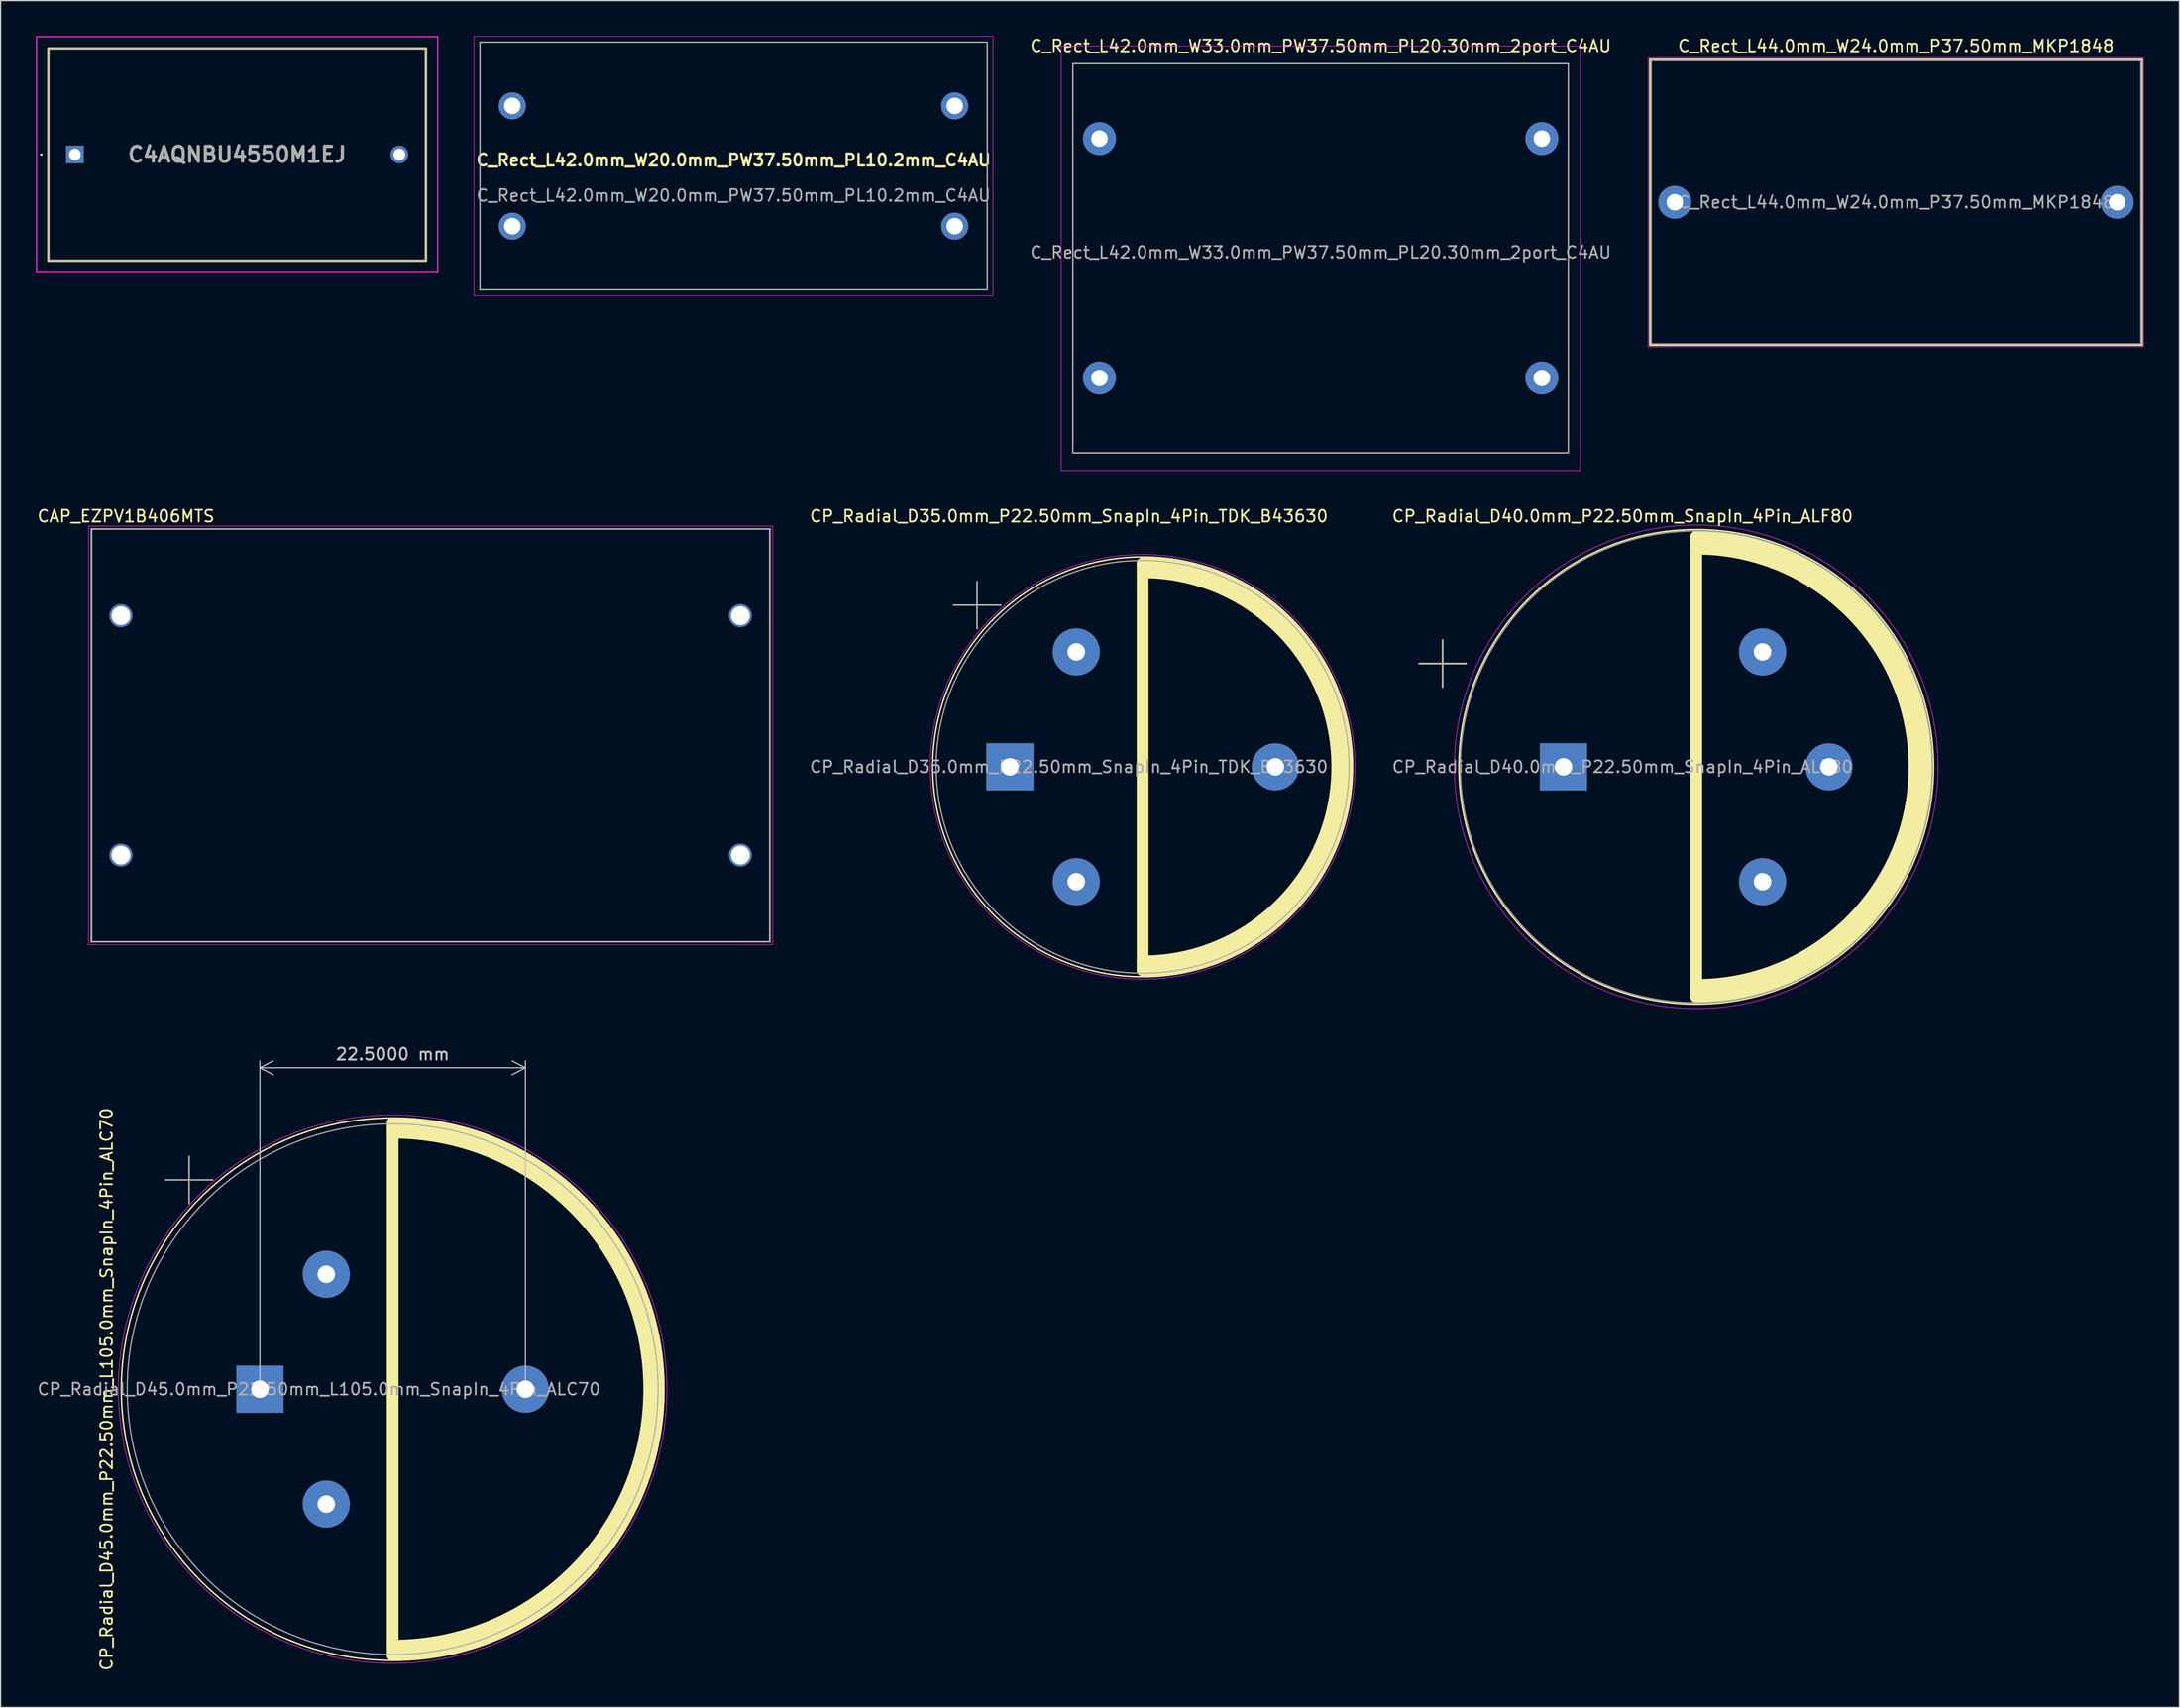
<source format=kicad_pcb>
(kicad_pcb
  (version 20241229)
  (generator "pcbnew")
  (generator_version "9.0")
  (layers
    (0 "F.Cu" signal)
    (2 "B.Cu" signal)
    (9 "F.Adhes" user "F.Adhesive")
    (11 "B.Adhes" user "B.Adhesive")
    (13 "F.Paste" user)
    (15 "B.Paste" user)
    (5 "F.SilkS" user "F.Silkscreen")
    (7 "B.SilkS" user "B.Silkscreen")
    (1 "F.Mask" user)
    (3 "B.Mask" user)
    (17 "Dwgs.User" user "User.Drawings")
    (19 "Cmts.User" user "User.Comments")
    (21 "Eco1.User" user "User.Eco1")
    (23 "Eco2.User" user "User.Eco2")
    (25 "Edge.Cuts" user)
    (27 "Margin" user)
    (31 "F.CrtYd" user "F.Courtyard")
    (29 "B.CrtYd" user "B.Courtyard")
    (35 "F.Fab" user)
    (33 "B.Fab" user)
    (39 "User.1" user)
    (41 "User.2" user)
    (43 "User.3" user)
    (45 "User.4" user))
  (footprint "C_Rect_L42.0mm_W33.0mm_PW37.50mm_PL20.30mm_2port_C4AU"
    (layer "F.Cu")
    (at 108.894 18.848)
    (property "Reference" "C_Rect_L42.0mm_W33.0mm_PW37.50mm_PL20.30mm_2port_C4AU" (at 0 -18 0) (layer "F.SilkS") (effects (font (size 1 1) (thickness 0.15))))
    (attr through_hole)
    (fp_rect (start -21 -16.5) (end 21 16.5) (stroke (width 0.1) (type default)) (fill no) (layer "F.SilkS"))
    (fp_rect (start -22 -18) (end 22 18) (stroke (width 0.05) (type default)) (fill no) (layer "F.CrtYd"))
    (fp_rect (start -21 -16.5) (end 21 16.5) (stroke (width 0.1) (type default)) (fill no) (layer "F.Fab"))
    (fp_text user "${REFERENCE}" (at 0 -0.5 0) (layer "F.Fab") (effects (font (size 1 1) (thickness 0.15))))
    (pad "1" thru_hole circle (at -18.75 -10.15) (size 2.8 2.8) (drill 1.4) (layers "*.Cu" "*.Mask"))
    (pad "1" thru_hole circle (at -18.75 10.15) (size 2.8 2.8) (drill 1.4) (layers "*.Cu" "*.Mask"))
    (pad "2" thru_hole circle (at 18.75 -10.15) (size 2.8 2.8) (drill 1.4) (layers "*.Cu" "*.Mask"))
    (pad "2" thru_hole circle (at 18.75 10.15) (size 2.8 2.8) (drill 1.4) (layers "*.Cu" "*.Mask")))
  (footprint "C_Rect_L44.0mm_W24.0mm_P37.50mm_MKP1848"
    (layer "F.Cu")
    (at 138.913 14.098)
    (property "Reference" "C_Rect_L44.0mm_W24.0mm_P37.50mm_MKP1848" (at 18.75 -13.25 0) (layer "F.SilkS") (effects (font (size 1 1) (thickness 0.15))))
    (attr through_hole)
    (fp_line (start -2.12 -12.12) (end -2.12 12.12) (stroke (width 0.12) (type solid)) (layer "F.SilkS"))
    (fp_line (start -2.12 -12.12) (end 39.62 -12.12) (stroke (width 0.12) (type solid)) (layer "F.SilkS"))
    (fp_line (start -2.12 12.12) (end 39.62 12.12) (stroke (width 0.12) (type solid)) (layer "F.SilkS"))
    (fp_line (start 39.62 -12.12) (end 39.62 12.12) (stroke (width 0.12) (type solid)) (layer "F.SilkS"))
    (fp_line (start -2.25 -12.25) (end -2.25 12.25) (stroke (width 0.05) (type solid)) (layer "F.CrtYd"))
    (fp_line (start -2.25 12.25) (end 39.75 12.25) (stroke (width 0.05) (type solid)) (layer "F.CrtYd"))
    (fp_line (start 39.75 -12.25) (end -2.25 -12.25) (stroke (width 0.05) (type solid)) (layer "F.CrtYd"))
    (fp_line (start 39.75 12.25) (end 39.75 -12.25) (stroke (width 0.05) (type solid)) (layer "F.CrtYd"))
    (fp_line (start -2 -12) (end -2 12) (stroke (width 0.1) (type solid)) (layer "F.Fab"))
    (fp_line (start -2 12) (end 39.5 12) (stroke (width 0.1) (type solid)) (layer "F.Fab"))
    (fp_line (start 39.5 -12) (end -2 -12) (stroke (width 0.1) (type solid)) (layer "F.Fab"))
    (fp_line (start 39.5 12) (end 39.5 -12) (stroke (width 0.1) (type solid)) (layer "F.Fab"))
    (fp_text user "${REFERENCE}" (at 18.75 0 0) (layer "F.Fab") (effects (font (size 1 1) (thickness 0.15))))
    (pad "1" thru_hole circle (at 0 0) (size 2.8 2.8) (drill 1.4) (layers "*.Cu" "*.Mask"))
    (pad "2" thru_hole circle (at 37.5 0) (size 2.8 2.8) (drill 1.4) (layers "*.Cu" "*.Mask")))
  (footprint "CP_Radial_D35.0mm_P22.50mm_SnapIn_4Pin_TDK_B43630"
    (layer "F.Cu")
    (at 82.552 61.971)
    (property "Reference" "CP_Radial_D35.0mm_P22.50mm_SnapIn_4Pin_TDK_B43630" (at 5 -21.25 0) (layer "F.SilkS") (effects (font (size 1 1) (thickness 0.15))))
    (attr through_hole)
    (fp_line (start -4.78 -13.713) (end -0.78 -13.713) (stroke (width 0.12) (type solid)) (layer "F.SilkS"))
    (fp_line (start -2.78 -15.713) (end -2.78 -11.713) (stroke (width 0.12) (type solid)) (layer "F.SilkS"))
    (fp_line (start 11.25 -17.25) (end 11.25 17.25) (stroke (width 1) (type default)) (layer "F.SilkS"))
    (fp_arc (start 11.25 -17.25) (mid 28.5 0) (end 11.25 17.25) (stroke (width 1) (type default)) (layer "F.SilkS"))
    (fp_arc (start 11.25 -17) (mid 28.25 0) (end 11.25 17) (stroke (width 1) (type default)) (layer "F.SilkS"))
    (fp_arc (start 11.25 -16.5) (mid 27.75 0) (end 11.25 16.5) (stroke (width 1) (type default)) (layer "F.SilkS"))
    (fp_circle (center 11.25 0) (end 29.05 0) (stroke (width 0.12) (type solid)) (fill no) (layer "F.SilkS"))
    (fp_circle (center 11.25 0) (end 29.25 0) (stroke (width 0.05) (type solid)) (fill no) (layer "F.CrtYd"))
    (fp_line (start -4.78 -13.713) (end -0.78 -13.713) (stroke (width 0.1) (type solid)) (layer "F.Fab"))
    (fp_line (start -2.78 -15.713) (end -2.78 -11.713) (stroke (width 0.1) (type solid)) (layer "F.Fab"))
    (fp_circle (center 11.25 0) (end 28.75 0) (stroke (width 0.1) (type solid)) (fill no) (layer "F.Fab"))
    (fp_text user "${REFERENCE}" (at 5 0 0) (layer "F.Fab") (effects (font (size 1 1) (thickness 0.15))))
    (pad "1" thru_hole rect (at 0 0) (size 4 4) (drill 1.486) (layers "*.Cu" "*.Mask"))
    (pad "2" thru_hole circle (at 22.5 0) (size 4 4) (drill 1.486) (layers "*.Cu" "*.Mask"))
    (pad "SH" thru_hole circle (at 5.625 -9.743) (size 4 4) (drill 1.486) (layers "*.Cu" "*.Mask"))
    (pad "SH" thru_hole circle (at 5.625 9.743) (size 4 4) (drill 1.486) (layers "*.Cu" "*.Mask")))
  (footprint "CP_Radial_D40.0mm_P22.50mm_SnapIn_4Pin_ALF80"
    (layer "F.Cu")
    (at 129.476 61.971)
    (property "Reference" "CP_Radial_D40.0mm_P22.50mm_SnapIn_4Pin_ALF80" (at 5 -21.25 0) (layer "F.SilkS") (effects (font (size 1 1) (thickness 0.15))))
    (attr through_hole)
    (fp_line (start -12.25 -8.75) (end -8.25 -8.75) (stroke (width 0.12) (type solid)) (layer "F.SilkS"))
    (fp_line (start -10.25 -10.75) (end -10.25 -6.75) (stroke (width 0.12) (type solid)) (layer "F.SilkS"))
    (fp_line (start 11.25 -19.5) (end 11.25 19.5) (stroke (width 1) (type default)) (layer "F.SilkS"))
    (fp_arc (start 11.25 -19.5) (mid 30.75 0) (end 11.25 19.5) (stroke (width 1) (type default)) (layer "F.SilkS"))
    (fp_arc (start 11.25 -19) (mid 30.25 0) (end 11.25 19) (stroke (width 1) (type default)) (layer "F.SilkS"))
    (fp_arc (start 11.25 -18.5) (mid 29.75 0) (end 11.25 18.5) (stroke (width 1) (type default)) (layer "F.SilkS"))
    (fp_circle (center 11.25 0) (end 31.37 0) (stroke (width 0.12) (type solid)) (fill no) (layer "F.SilkS"))
    (fp_circle (center 11.25 0) (end 31.75 0) (stroke (width 0.05) (type solid)) (fill no) (layer "F.CrtYd"))
    (fp_line (start -12.22 -8.787) (end -8.22 -8.787) (stroke (width 0.1) (type solid)) (layer "F.Fab"))
    (fp_line (start -10.22 -10.787) (end -10.22 -6.787) (stroke (width 0.1) (type solid)) (layer "F.Fab"))
    (fp_circle (center 11.25 0) (end 31.25 0) (stroke (width 0.1) (type solid)) (fill no) (layer "F.Fab"))
    (fp_text user "${REFERENCE}" (at 5 0 0) (layer "F.Fab") (effects (font (size 1 1) (thickness 0.15))))
    (pad "1" thru_hole rect (at 0 0) (size 4 4) (drill 1.486) (layers "*.Cu" "*.Mask"))
    (pad "2" thru_hole circle (at 22.5 0) (size 4 4) (drill 1.486) (layers "*.Cu" "*.Mask"))
    (pad "SH" thru_hole circle (at 16.875 -9.743) (size 4 4) (drill 1.486) (layers "*.Cu" "*.Mask"))
    (pad "SH" thru_hole circle (at 16.875 9.743) (size 4 4) (drill 1.486) (layers "*.Cu" "*.Mask")))
  (footprint "C4AQNBU4550M1EJ"
    (layer "F.Cu")
    (at 3.3 10.05)
    (property "Reference" "C4AQNBU4550M1EJ" (at 13.75 0 0) (layer "F.SilkS") (effects (font (size 1.27 1.27) (thickness 0.254))))
    (attr through_hole)
    (fp_line (start -2.9 0) (end -2.9 0) (stroke (width 0.1) (type solid)) (layer "F.SilkS"))
    (fp_line (start -2.8 0) (end -2.8 0) (stroke (width 0.1) (type solid)) (layer "F.SilkS"))
    (fp_line (start -2.25 -9) (end 29.75 -9) (stroke (width 0.2) (type solid)) (layer "F.SilkS"))
    (fp_line (start -2.25 9) (end -2.25 -9) (stroke (width 0.2) (type solid)) (layer "F.SilkS"))
    (fp_line (start 29.75 -9) (end 29.75 9) (stroke (width 0.2) (type solid)) (layer "F.SilkS"))
    (fp_line (start 29.75 9) (end -2.25 9) (stroke (width 0.2) (type solid)) (layer "F.SilkS"))
    (fp_arc (start -2.9 0) (mid -2.85 -0.05) (end -2.8 0) (stroke (width 0.1) (type solid)) (layer "F.SilkS"))
    (fp_arc (start -2.8 0) (mid -2.85 0.05) (end -2.9 0) (stroke (width 0.1) (type solid)) (layer "F.SilkS"))
    (fp_line (start -3.25 -10) (end 30.75 -10) (stroke (width 0.1) (type solid)) (layer "F.CrtYd"))
    (fp_line (start -3.25 10) (end -3.25 -10) (stroke (width 0.1) (type solid)) (layer "F.CrtYd"))
    (fp_line (start 30.75 -10) (end 30.75 10) (stroke (width 0.1) (type solid)) (layer "F.CrtYd"))
    (fp_line (start 30.75 10) (end -3.25 10) (stroke (width 0.1) (type solid)) (layer "F.CrtYd"))
    (fp_line (start -2.25 -9) (end 29.75 -9) (stroke (width 0.1) (type solid)) (layer "F.Fab"))
    (fp_line (start -2.25 9) (end -2.25 -9) (stroke (width 0.1) (type solid)) (layer "F.Fab"))
    (fp_line (start 29.75 -9) (end 29.75 9) (stroke (width 0.1) (type solid)) (layer "F.Fab"))
    (fp_line (start 29.75 9) (end -2.25 9) (stroke (width 0.1) (type solid)) (layer "F.Fab"))
    (fp_text user "${REFERENCE}" (at 13.75 0 0) (layer "F.Fab") (effects (font (size 1.27 1.27) (thickness 0.254))))
    (pad "1" thru_hole rect (at 0 0) (size 1.5 1.5) (drill 1) (layers "*.Cu" "*.Mask"))
    (pad "2" thru_hole circle (at 27.5 0) (size 1.5 1.5) (drill 1) (layers "*.Cu" "*.Mask")))
  (footprint "C_Rect_L42.0mm_W20.0mm_PW37.50mm_PL10.2mm_C4AU"
    (layer "F.Cu")
    (at 59.125 11.025)
    (property "Reference" "C_Rect_L42.0mm_W20.0mm_PW37.50mm_PL10.2mm_C4AU" (at 0 -0.5 0) (unlocked yes) (layer "F.SilkS") (effects (font (size 1 1) (thickness 0.2))))
    (attr through_hole)
    (fp_rect (start -21.5 -10.5) (end 21.5 10.5) (stroke (width 0.1) (type default)) (fill no) (layer "F.SilkS"))
    (fp_rect (start -22 -11) (end 22 11) (stroke (width 0.05) (type default)) (fill no) (layer "F.CrtYd"))
    (fp_rect (start -21.5 -10.5) (end 21.5 10.5) (stroke (width 0.1) (type default)) (fill no) (layer "F.Fab"))
    (fp_text user "${REFERENCE}" (at 0 2.5 0) (unlocked yes) (layer "F.Fab") (effects (font (size 1 1) (thickness 0.15))))
    (pad "1" thru_hole circle (at -18.75 -5.1) (size 2.3 2.3) (drill 1.4) (layers "*.Cu" "*.Mask"))
    (pad "1" thru_hole circle (at -18.75 5.1) (size 2.3 2.3) (drill 1.4) (layers "*.Cu" "*.Mask"))
    (pad "2" thru_hole circle (at 18.75 -5.1) (size 2.3 2.3) (drill 1.4) (layers "*.Cu" "*.Mask"))
    (pad "2" thru_hole circle (at 18.75 5.1) (size 2.3 2.3) (drill 1.4) (layers "*.Cu" "*.Mask")))
  (footprint "CP_Radial_D45.0mm_P22.50mm_L105.0mm_SnapIn_4Pin_ALC70"
    (layer "F.Cu")
    (at 18.982 114.745)
    (property "Reference" "CP_Radial_D45.0mm_P22.50mm_L105.0mm_SnapIn_4Pin_ALC70" (at -13 0 90) (layer "F.SilkS") (effects (font (size 1 1) (thickness 0.15))))
    (attr through_hole)
    (fp_line (start -8 -17.75) (end -4 -17.75) (stroke (width 0.12) (type solid)) (layer "F.SilkS"))
    (fp_line (start -6 -19.75) (end -6 -15.75) (stroke (width 0.12) (type solid)) (layer "F.SilkS"))
    (fp_line (start 11.25 -22.55) (end 11.25 22.55) (stroke (width 1) (type default)) (layer "F.SilkS"))
    (fp_arc (start 11.25 -22.55) (mid 33.8 0) (end 11.25 22.55) (stroke (width 1) (type default)) (layer "F.SilkS"))
    (fp_arc (start 11.25 -21.75) (mid 33 0) (end 11.25 21.75) (stroke (width 1) (type default)) (layer "F.SilkS"))
    (fp_circle (center 11.25 0) (end 34.25 0) (stroke (width 0.12) (type solid)) (fill no) (layer "F.SilkS"))
    (fp_circle (center 11.25 0) (end 34.5 0) (stroke (width 0.05) (type solid)) (fill no) (layer "F.CrtYd"))
    (fp_line (start -8 -17.75) (end -4 -17.75) (stroke (width 0.1) (type solid)) (layer "F.Fab"))
    (fp_line (start -6 -19.75) (end -6 -15.75) (stroke (width 0.1) (type solid)) (layer "F.Fab"))
    (fp_circle (center 11.25 0) (end 33.75 0) (stroke (width 0.1) (type solid)) (fill no) (layer "F.Fab"))
    (fp_text user "${REFERENCE}" (at 5 0 0) (layer "F.Fab") (effects (font (size 1 1) (thickness 0.15))))
    (dimension (type aligned) (layer "Dwgs.User") (pts (xy 18.982 114.745) (xy 41.482 114.745)) (height -27.25) (format (prefix "") (suffix "") (units 3) (units_format 1) (precision 4)) (style (thickness 0.1) (arrow_length 1.27) (text_position_mode 0) (arrow_direction outward) (extension_height 0.586) (extension_offset 0.5) (keep_text_aligned yes)) (gr_text "22.5000 mm" (at 30.232 86.345 0) (layer "Dwgs.User") (effects (font (size 1 1) (thickness 0.15)))))
    (pad "1" thru_hole rect (at 0 0) (size 4 4) (drill 1.486) (layers "*.Cu" "*.Mask"))
    (pad "2" thru_hole circle (at 22.5 0) (size 4 4) (drill 1.486) (layers "*.Cu" "*.Mask"))
    (pad "SH" thru_hole circle (at 5.625 -9.743) (size 4 4) (drill 1.486) (layers "*.Cu" "*.Mask"))
    (pad "SH" thru_hole circle (at 5.625 9.743) (size 4 4) (drill 1.486) (layers "*.Cu" "*.Mask")))
  (footprint "CAP_EZPV1B406MTS"
    (layer "F.Cu")
    (at 33.45 59.306)
    (property "Reference" "CAP_EZPV1B406MTS" (at -25.825 -18.585 0) (layer "F.SilkS") (effects (font (size 1 1) (thickness 0.15))))
    (attr through_hole)
    (fp_line (start -28.75 -17.5) (end -28.75 17.5) (stroke (width 0.127) (type solid)) (layer "F.SilkS"))
    (fp_line (start -28.75 -17.5) (end 28.75 -17.5) (stroke (width 0.127) (type solid)) (layer "F.SilkS"))
    (fp_line (start -28.75 17.5) (end 28.75 17.5) (stroke (width 0.127) (type solid)) (layer "F.SilkS"))
    (fp_line (start 28.75 -17.5) (end 28.75 17.5) (stroke (width 0.127) (type solid)) (layer "F.SilkS"))
    (fp_line (start -29 -17.75) (end -29 17.75) (stroke (width 0.05) (type solid)) (layer "F.CrtYd"))
    (fp_line (start -29 -17.75) (end 29 -17.75) (stroke (width 0.05) (type solid)) (layer "F.CrtYd"))
    (fp_line (start 29 -17.75) (end 29 17.75) (stroke (width 0.05) (type solid)) (layer "F.CrtYd"))
    (fp_line (start 29 17.75) (end -29 17.75) (stroke (width 0.05) (type solid)) (layer "F.CrtYd"))
    (fp_line (start -28.75 -17.5) (end -28.75 17.5) (stroke (width 0.127) (type solid)) (layer "F.Fab"))
    (fp_line (start -28.75 -17.5) (end 28.75 -17.5) (stroke (width 0.127) (type solid)) (layer "F.Fab"))
    (fp_line (start 28.75 -17.5) (end 28.75 17.5) (stroke (width 0.127) (type solid)) (layer "F.Fab"))
    (fp_line (start 28.75 17.5) (end -28.75 17.5) (stroke (width 0.127) (type solid)) (layer "F.Fab"))
    (pad "1" thru_hole circle (at -26.25 -10.15) (size 1.95 1.95) (drill 1.6) (layers "*.Cu" "*.Mask"))
    (pad "1" thru_hole circle (at -26.25 10.15) (size 1.95 1.95) (drill 1.6) (layers "*.Cu" "*.Mask"))
    (pad "2" thru_hole circle (at 26.25 -10.15) (size 1.95 1.95) (drill 1.6) (layers "*.Cu" "*.Mask"))
    (pad "2" thru_hole circle (at 26.25 10.15) (size 1.95 1.95) (drill 1.6) (layers "*.Cu" "*.Mask")))
  (gr_rect
    (start -3 -3)
    (end 181.688 141.727)
    (stroke (width 0.1) (type default))
    (fill no)
    (layer "Edge.Cuts")))
</source>
